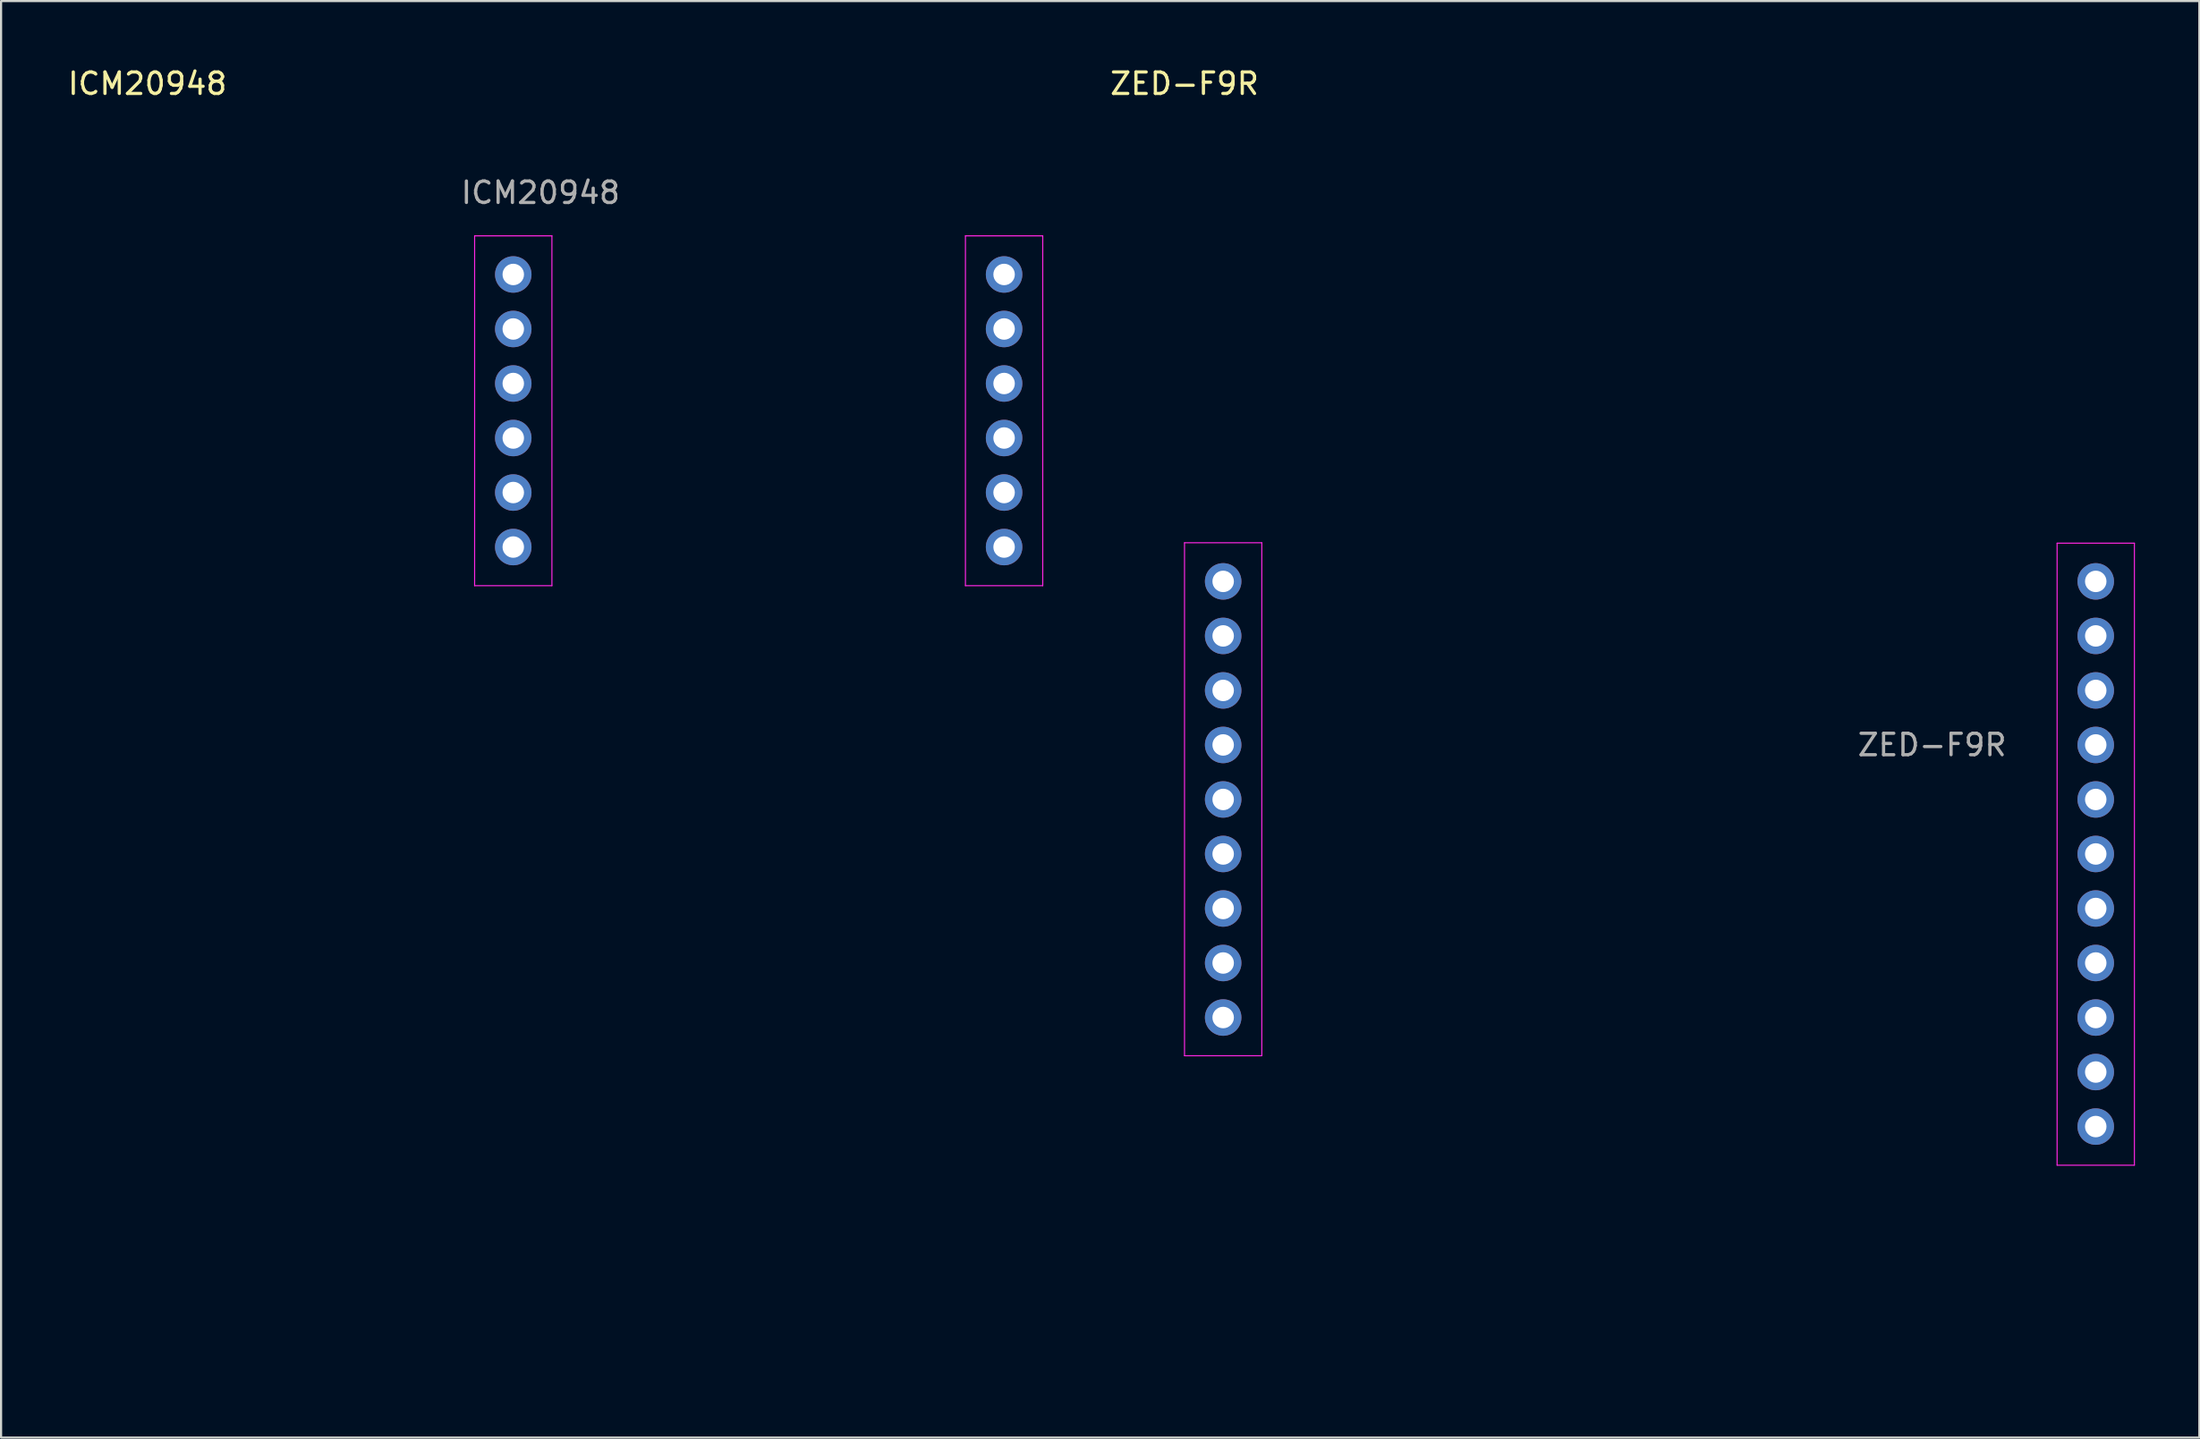
<source format=kicad_pcb>
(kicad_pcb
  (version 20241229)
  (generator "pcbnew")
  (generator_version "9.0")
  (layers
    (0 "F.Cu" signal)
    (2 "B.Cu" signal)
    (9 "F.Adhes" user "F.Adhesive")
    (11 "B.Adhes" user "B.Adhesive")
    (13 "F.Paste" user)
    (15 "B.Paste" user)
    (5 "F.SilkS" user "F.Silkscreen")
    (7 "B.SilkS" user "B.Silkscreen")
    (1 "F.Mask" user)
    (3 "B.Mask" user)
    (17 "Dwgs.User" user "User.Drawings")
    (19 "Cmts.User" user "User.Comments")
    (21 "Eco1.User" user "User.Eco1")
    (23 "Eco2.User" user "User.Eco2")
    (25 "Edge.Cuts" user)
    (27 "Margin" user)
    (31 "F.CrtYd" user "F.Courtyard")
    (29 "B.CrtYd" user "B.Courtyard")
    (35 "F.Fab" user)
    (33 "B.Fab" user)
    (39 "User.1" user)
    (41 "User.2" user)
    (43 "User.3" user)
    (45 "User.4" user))
  (footprint "ICM20948"
    (layer "F.Cu")
    (at 19.585 13.548)
    (property "Reference" "ICM20948" (at -15.77 -12.7 0) (unlocked yes) (layer "F.SilkS") (effects (font (size 1 1) (thickness 0.15))))
    (attr through_hole)
    (fp_line (start -0.53 -5.61) (end -0.53 10.69) (stroke (width 0.05) (type solid)) (layer "F.CrtYd"))
    (fp_line (start -0.53 10.69) (end 3.07 10.69) (stroke (width 0.05) (type solid)) (layer "F.CrtYd"))
    (fp_line (start 3.07 -5.61) (end -0.53 -5.61) (stroke (width 0.05) (type solid)) (layer "F.CrtYd"))
    (fp_line (start 3.07 10.69) (end 3.07 -5.61) (stroke (width 0.05) (type solid)) (layer "F.CrtYd"))
    (fp_line (start 22.33 -5.61) (end 22.33 10.69) (stroke (width 0.05) (type solid)) (layer "F.CrtYd"))
    (fp_line (start 22.33 10.69) (end 25.93 10.69) (stroke (width 0.05) (type solid)) (layer "F.CrtYd"))
    (fp_line (start 25.93 -5.61) (end 22.33 -5.61) (stroke (width 0.05) (type solid)) (layer "F.CrtYd"))
    (fp_line (start 25.93 10.69) (end 25.93 -5.61) (stroke (width 0.05) (type solid)) (layer "F.CrtYd"))
    (fp_line (start 15.24 -5.08) (end 15.748 -5.334) (stroke (width 0.12) (type solid)) (layer "User.1"))
    (fp_line (start 15.24 -5.08) (end 15.748 -4.826) (stroke (width 0.12) (type solid)) (layer "User.1"))
    (fp_line (start 15.748 -5.334) (end 15.24 -5.08) (stroke (width 0.12) (type solid)) (layer "User.1"))
    (fp_line (start 17.526 -7.112) (end 17.78 -7.62) (stroke (width 0.12) (type solid)) (layer "User.1"))
    (fp_line (start 17.78 -7.62) (end 17.526 -7.112) (stroke (width 0.12) (type solid)) (layer "User.1"))
    (fp_line (start 17.78 -7.62) (end 18.034 -7.112) (stroke (width 0.12) (type solid)) (layer "User.1"))
    (fp_line (start 17.78 -5.08) (end 15.24 -5.08) (stroke (width 0.12) (type solid)) (layer "User.1"))
    (fp_line (start 17.78 -5.08) (end 17.78 -7.62) (stroke (width 0.12) (type solid)) (layer "User.1"))
    (fp_circle (center 17.018 -5.842) (end 17.018 -5.842) (stroke (width 0.12) (type solid)) (fill no) (layer "User.1"))
    (fp_circle (center 17.018 -5.842) (end 17.272 -5.842) (stroke (width 0.12) (type solid)) (fill no) (layer "User.1"))
    (fp_poly (pts (xy 25.4 15.24) (xy 0 15.24) (xy 0 -10.16) (xy 25.4 -10.16)) (stroke (width 0.12) (type solid)) (fill no) (layer "User.1"))
    (fp_text user "${REFERENCE}" (at 2.54 -7.62 0) (unlocked yes) (layer "F.Fab") (effects (font (size 1 1) (thickness 0.15))))
    (fp_text user "X" (at 18.542 -7.112 0) (unlocked yes) (layer "User.1") (effects (font (size 1 1) (thickness 0.15))))
    (fp_text user "Z" (at 16.256 -6.604 0) (unlocked yes) (layer "User.1") (effects (font (size 1 1) (thickness 0.15))))
    (fp_text user "Y" (at 14.732 -5.08 0) (unlocked yes) (layer "User.1") (effects (font (size 1 1) (thickness 0.15))))
    (pad "1" thru_hole circle (at 1.27 -3.81) (size 1.7 1.7) (drill 1) (layers "*.Cu" "*.Mask"))
    (pad "2" thru_hole oval (at 1.27 -1.27) (size 1.7 1.7) (drill 1) (layers "*.Cu" "*.Mask"))
    (pad "3" thru_hole oval (at 1.27 1.27) (size 1.7 1.7) (drill 1) (layers "*.Cu" "*.Mask"))
    (pad "4" thru_hole oval (at 1.27 3.81) (size 1.7 1.7) (drill 1) (layers "*.Cu" "*.Mask"))
    (pad "5" thru_hole oval (at 1.27 6.35) (size 1.7 1.7) (drill 1) (layers "*.Cu" "*.Mask"))
    (pad "6" thru_hole oval (at 1.27 8.89) (size 1.7 1.7) (drill 1) (layers "*.Cu" "*.Mask"))
    (pad "7" thru_hole oval (at 24.13 8.89) (size 1.7 1.7) (drill 1) (layers "*.Cu" "*.Mask"))
    (pad "8" thru_hole oval (at 24.13 6.35) (size 1.7 1.7) (drill 1) (layers "*.Cu" "*.Mask"))
    (pad "9" thru_hole oval (at 24.13 3.81) (size 1.7 1.7) (drill 1) (layers "*.Cu" "*.Mask"))
    (pad "10" thru_hole oval (at 24.13 1.27) (size 1.7 1.7) (drill 1) (layers "*.Cu" "*.Mask"))
    (pad "11" thru_hole oval (at 24.13 -1.27) (size 1.7 1.7) (drill 1) (layers "*.Cu" "*.Mask"))
    (pad "12" thru_hole circle (at 24.13 -3.81) (size 1.7 1.7) (drill 1) (layers "*.Cu" "*.Mask")))
  (footprint "ZED-F9R"
    (layer "F.Cu")
    (at 52.648 10.068)
    (property "Reference" "ZED-F9R" (at -0.53 -9.22 0) (unlocked yes) (layer "F.SilkS") (effects (font (size 1 1) (thickness 0.15))))
    (attr through_hole)
    (fp_line (start -0.53 12.17) (end -0.53 36.07) (stroke (width 0.05) (type solid)) (layer "F.CrtYd"))
    (fp_line (start -0.53 36.07) (end 3.07 36.07) (stroke (width 0.05) (type solid)) (layer "F.CrtYd"))
    (fp_line (start 3.07 12.17) (end -0.53 12.17) (stroke (width 0.05) (type solid)) (layer "F.CrtYd"))
    (fp_line (start 3.07 36.07) (end 3.07 12.17) (stroke (width 0.05) (type solid)) (layer "F.CrtYd"))
    (fp_line (start 40.11 12.19) (end 40.11 41.17) (stroke (width 0.05) (type solid)) (layer "F.CrtYd"))
    (fp_line (start 40.11 41.17) (end 43.71 41.17) (stroke (width 0.05) (type solid)) (layer "F.CrtYd"))
    (fp_line (start 43.71 12.19) (end 40.11 12.19) (stroke (width 0.05) (type solid)) (layer "F.CrtYd"))
    (fp_line (start 43.71 41.17) (end 43.71 12.19) (stroke (width 0.05) (type solid)) (layer "F.CrtYd"))
    (fp_line (start 35.306 16.256) (end 35.306 18.796) (stroke (width 0.12) (type solid)) (layer "User.1"))
    (fp_line (start 35.306 16.256) (end 37.846 16.256) (stroke (width 0.12) (type solid)) (layer "User.1"))
    (fp_line (start 35.306 18.796) (end 35.052 18.288) (stroke (width 0.12) (type solid)) (layer "User.1"))
    (fp_line (start 35.306 18.796) (end 35.56 18.288) (stroke (width 0.12) (type solid)) (layer "User.1"))
    (fp_line (start 35.56 18.288) (end 35.306 18.796) (stroke (width 0.12) (type solid)) (layer "User.1"))
    (fp_line (start 37.338 16.51) (end 37.846 16.256) (stroke (width 0.12) (type solid)) (layer "User.1"))
    (fp_line (start 37.846 16.256) (end 37.338 16.002) (stroke (width 0.12) (type solid)) (layer "User.1"))
    (fp_line (start 37.846 16.256) (end 37.338 16.51) (stroke (width 0.12) (type solid)) (layer "User.1"))
    (fp_circle (center 36.068 17.018) (end 35.814 17.018) (stroke (width 0.12) (type solid)) (fill no) (layer "User.1"))
    (fp_circle (center 36.068 17.018) (end 36.068 17.018) (stroke (width 0.12) (type solid)) (fill no) (layer "User.1"))
    (fp_poly (pts (xy 43.18 50.8) (xy 0 50.8) (xy 0 0) (xy 43.18 0)) (stroke (width 0.12) (type solid)) (fill no) (layer "User.1"))
    (fp_text user "${REFERENCE}" (at 34.29 21.59 0) (unlocked yes) (layer "F.Fab") (effects (font (size 1 1) (thickness 0.15))))
    (fp_text user "Y" (at 38.1 16.002 0) (unlocked yes) (layer "User.1") (effects (font (size 1 1) (thickness 0.15))))
    (fp_text user "X" (at 35.306 19.05 180) (unlocked yes) (layer "User.1") (effects (font (size 1 1) (thickness 0.15))))
    (fp_text user "Z" (at 36.83 17.78 0) (unlocked yes) (layer "User.1") (effects (font (size 1 1) (thickness 0.15))))
    (pad "1" thru_hole oval (at 41.91 13.97 180) (size 1.7 1.7) (drill 1) (layers "*.Cu" "*.Mask"))
    (pad "2" thru_hole oval (at 41.91 16.51 180) (size 1.7 1.7) (drill 1) (layers "*.Cu" "*.Mask"))
    (pad "3" thru_hole oval (at 41.91 19.05 180) (size 1.7 1.7) (drill 1) (layers "*.Cu" "*.Mask"))
    (pad "4" thru_hole oval (at 41.91 21.59 180) (size 1.7 1.7) (drill 1) (layers "*.Cu" "*.Mask"))
    (pad "5" thru_hole oval (at 41.91 24.13 180) (size 1.7 1.7) (drill 1) (layers "*.Cu" "*.Mask"))
    (pad "6" thru_hole oval (at 41.91 26.67 180) (size 1.7 1.7) (drill 1) (layers "*.Cu" "*.Mask"))
    (pad "7" thru_hole oval (at 41.91 29.21 180) (size 1.7 1.7) (drill 1) (layers "*.Cu" "*.Mask"))
    (pad "8" thru_hole oval (at 41.91 31.75 180) (size 1.7 1.7) (drill 1) (layers "*.Cu" "*.Mask"))
    (pad "9" thru_hole circle (at 41.91 34.29 180) (size 1.7 1.7) (drill 1) (layers "*.Cu" "*.Mask"))
    (pad "10" thru_hole oval (at 41.91 36.83 180) (size 1.7 1.7) (drill 1) (layers "*.Cu" "*.Mask"))
    (pad "11" thru_hole circle (at 41.91 39.37 180) (size 1.7 1.7) (drill 1) (layers "*.Cu" "*.Mask"))
    (pad "12" thru_hole oval (at 1.27 13.97) (size 1.7 1.7) (drill 1) (layers "*.Cu" "*.Mask"))
    (pad "13" thru_hole oval (at 1.27 16.51) (size 1.7 1.7) (drill 1) (layers "*.Cu" "*.Mask"))
    (pad "14" thru_hole oval (at 1.27 19.05) (size 1.7 1.7) (drill 1) (layers "*.Cu" "*.Mask"))
    (pad "15" thru_hole oval (at 1.27 21.59) (size 1.7 1.7) (drill 1) (layers "*.Cu" "*.Mask"))
    (pad "16" thru_hole oval (at 1.27 24.13) (size 1.7 1.7) (drill 1) (layers "*.Cu" "*.Mask"))
    (pad "17" thru_hole oval (at 1.27 26.67) (size 1.7 1.7) (drill 1) (layers "*.Cu" "*.Mask"))
    (pad "18" thru_hole oval (at 1.27 29.21) (size 1.7 1.7) (drill 1) (layers "*.Cu" "*.Mask"))
    (pad "19" thru_hole oval (at 1.27 31.75) (size 1.7 1.7) (drill 1) (layers "*.Cu" "*.Mask"))
    (pad "20" thru_hole oval (at 1.27 34.29) (size 1.7 1.7) (drill 1) (layers "*.Cu" "*.Mask")))
  (gr_rect
    (start -3 -3)
    (end 99.383 63.928)
    (stroke (width 0.1) (type default))
    (fill no)
    (layer "Edge.Cuts")))
</source>
